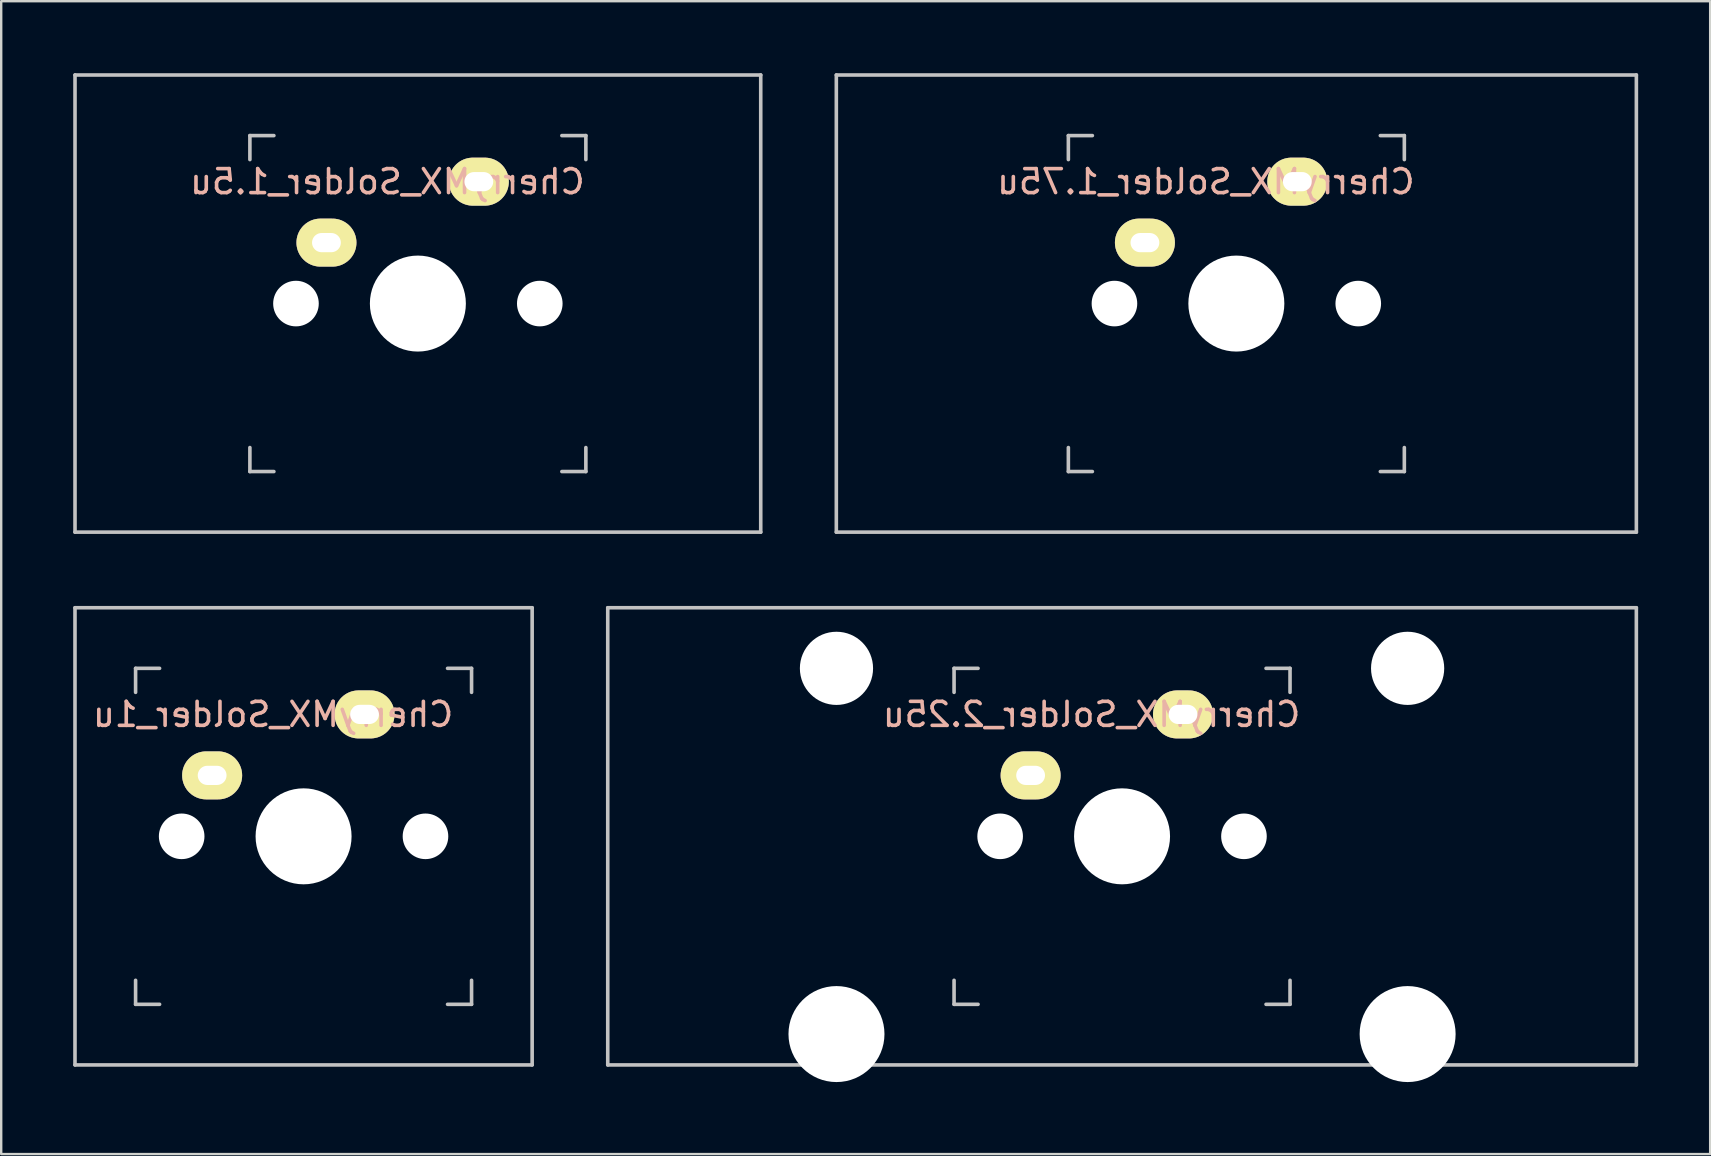
<source format=kicad_pcb>
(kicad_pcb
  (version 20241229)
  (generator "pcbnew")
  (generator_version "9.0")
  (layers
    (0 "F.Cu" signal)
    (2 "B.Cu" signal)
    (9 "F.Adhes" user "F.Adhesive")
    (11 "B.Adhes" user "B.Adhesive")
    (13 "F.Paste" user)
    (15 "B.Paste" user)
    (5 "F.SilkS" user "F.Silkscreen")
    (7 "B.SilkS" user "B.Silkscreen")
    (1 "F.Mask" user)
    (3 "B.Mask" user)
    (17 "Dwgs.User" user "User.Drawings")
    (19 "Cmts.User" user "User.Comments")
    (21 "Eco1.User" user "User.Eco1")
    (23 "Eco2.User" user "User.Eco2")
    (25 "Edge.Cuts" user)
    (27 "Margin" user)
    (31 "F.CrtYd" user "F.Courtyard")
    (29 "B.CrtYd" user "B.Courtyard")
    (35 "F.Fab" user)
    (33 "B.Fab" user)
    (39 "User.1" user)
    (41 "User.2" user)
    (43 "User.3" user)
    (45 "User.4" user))
  (footprint "CherryMX_Solder_1.75u"
    (layer "F.Cu")
    (at 48.469 9.6)
    (property "Reference" "CherryMX_Solder_1.75u" (at -1.27 -5.08 180) (layer "B.SilkS") (effects (font (size 1 1) (thickness 0.15)) (justify mirror)))
    (attr through_hole)
    (fp_line (start -16.669 -9.525) (end 16.669 -9.525) (stroke (width 0.15) (type solid)) (layer "Dwgs.User"))
    (fp_line (start -16.669 9.525) (end -16.669 -9.525) (stroke (width 0.15) (type solid)) (layer "Dwgs.User"))
    (fp_line (start -7 -7) (end -6 -7) (stroke (width 0.15) (type solid)) (layer "Dwgs.User"))
    (fp_line (start -7 -6) (end -7 -7) (stroke (width 0.15) (type solid)) (layer "Dwgs.User"))
    (fp_line (start -7 6) (end -7 7) (stroke (width 0.15) (type solid)) (layer "Dwgs.User"))
    (fp_line (start -6 7) (end -7 7) (stroke (width 0.15) (type solid)) (layer "Dwgs.User"))
    (fp_line (start 6 7) (end 7 7) (stroke (width 0.15) (type solid)) (layer "Dwgs.User"))
    (fp_line (start 7 -7) (end 6 -7) (stroke (width 0.15) (type solid)) (layer "Dwgs.User"))
    (fp_line (start 7 -6) (end 7 -7) (stroke (width 0.15) (type solid)) (layer "Dwgs.User"))
    (fp_line (start 7 7) (end 7 6) (stroke (width 0.15) (type solid)) (layer "Dwgs.User"))
    (fp_line (start 16.669 -9.525) (end 16.669 9.525) (stroke (width 0.15) (type solid)) (layer "Dwgs.User"))
    (fp_line (start 16.669 9.525) (end -16.669 9.525) (stroke (width 0.15) (type solid)) (layer "Dwgs.User"))
    (pad "" np_thru_hole circle (at -5.08 0 90) (size 1.9 1.9) (drill 1.9) (layers "*.Cu" "*.Mask"))
    (pad "" np_thru_hole circle (at 0 0 90) (size 4 4) (drill 4) (layers "*.Cu" "*.Mask"))
    (pad "" np_thru_hole circle (at 5.08 0 90) (size 1.9 1.9) (drill 1.9) (layers "*.Cu" "*.Mask"))
    (pad "1" thru_hole oval (at -3.81 -2.54) (size 2.5 2) (drill oval 1.2 0.8) (layers "*.Cu" "B.Mask" "F.SilkS"))
    (pad "2" thru_hole oval (at 2.54 -5.08) (size 2.5 2) (drill oval 1.2 0.8) (layers "*.Cu" "B.Mask" "F.SilkS")))
  (footprint "CherryMX_Solder_2.25u"
    (layer "F.Cu")
    (at 43.706 31.8)
    (property "Reference" "CherryMX_Solder_2.25u" (at -1.27 -5.08 180) (layer "B.SilkS") (effects (font (size 1 1) (thickness 0.15)) (justify mirror)))
    (attr through_hole)
    (fp_line (start -21.431 -9.525) (end 21.431 -9.525) (stroke (width 0.15) (type solid)) (layer "Dwgs.User"))
    (fp_line (start -21.431 9.525) (end -21.431 -9.525) (stroke (width 0.15) (type solid)) (layer "Dwgs.User"))
    (fp_line (start -7 -7) (end -6 -7) (stroke (width 0.15) (type solid)) (layer "Dwgs.User"))
    (fp_line (start -7 -6) (end -7 -7) (stroke (width 0.15) (type solid)) (layer "Dwgs.User"))
    (fp_line (start -7 6) (end -7 7) (stroke (width 0.15) (type solid)) (layer "Dwgs.User"))
    (fp_line (start -6 7) (end -7 7) (stroke (width 0.15) (type solid)) (layer "Dwgs.User"))
    (fp_line (start 6 7) (end 7 7) (stroke (width 0.15) (type solid)) (layer "Dwgs.User"))
    (fp_line (start 7 -7) (end 6 -7) (stroke (width 0.15) (type solid)) (layer "Dwgs.User"))
    (fp_line (start 7 -6) (end 7 -7) (stroke (width 0.15) (type solid)) (layer "Dwgs.User"))
    (fp_line (start 7 7) (end 7 6) (stroke (width 0.15) (type solid)) (layer "Dwgs.User"))
    (fp_line (start 21.431 -9.525) (end 21.431 9.525) (stroke (width 0.15) (type solid)) (layer "Dwgs.User"))
    (fp_line (start 21.431 9.525) (end -21.431 9.525) (stroke (width 0.15) (type solid)) (layer "Dwgs.User"))
    (pad "" np_thru_hole circle (at -11.9 -7 180) (size 3.05 3.05) (drill 3.05) (layers "*.Cu" "*.Mask"))
    (pad "" np_thru_hole circle (at -11.9 8.24 180) (size 4 4) (drill 4) (layers "*.Cu" "*.Mask"))
    (pad "" np_thru_hole circle (at -5.08 0 90) (size 1.9 1.9) (drill 1.9) (layers "*.Cu" "*.Mask"))
    (pad "" np_thru_hole circle (at 0 0 90) (size 4 4) (drill 4) (layers "*.Cu" "*.Mask"))
    (pad "" np_thru_hole circle (at 5.08 0 90) (size 1.9 1.9) (drill 1.9) (layers "*.Cu" "*.Mask"))
    (pad "" np_thru_hole circle (at 11.9 -7 180) (size 3.05 3.05) (drill 3.05) (layers "*.Cu" "*.Mask"))
    (pad "" np_thru_hole circle (at 11.9 8.24 180) (size 4 4) (drill 4) (layers "*.Cu" "*.Mask"))
    (pad "1" thru_hole oval (at -3.81 -2.54) (size 2.5 2) (drill oval 1.2 0.8) (layers "*.Cu" "B.Mask" "F.SilkS"))
    (pad "2" thru_hole oval (at 2.54 -5.08) (size 2.5 2) (drill oval 1.2 0.8) (layers "*.Cu" "B.Mask" "F.SilkS")))
  (footprint "CherryMX_Solder_1u"
    (layer "F.Cu")
    (at 9.6 31.8)
    (property "Reference" "CherryMX_Solder_1u" (at -1.27 -5.08 180) (layer "B.SilkS") (effects (font (size 1 1) (thickness 0.15)) (justify mirror)))
    (attr through_hole)
    (fp_line (start -9.525 -9.525) (end 9.525 -9.525) (stroke (width 0.15) (type solid)) (layer "Dwgs.User"))
    (fp_line (start -9.525 9.525) (end -9.525 -9.525) (stroke (width 0.15) (type solid)) (layer "Dwgs.User"))
    (fp_line (start -7 -7) (end -6 -7) (stroke (width 0.15) (type solid)) (layer "Dwgs.User"))
    (fp_line (start -7 -6) (end -7 -7) (stroke (width 0.15) (type solid)) (layer "Dwgs.User"))
    (fp_line (start -7 6) (end -7 7) (stroke (width 0.15) (type solid)) (layer "Dwgs.User"))
    (fp_line (start -6 7) (end -7 7) (stroke (width 0.15) (type solid)) (layer "Dwgs.User"))
    (fp_line (start 6 7) (end 7 7) (stroke (width 0.15) (type solid)) (layer "Dwgs.User"))
    (fp_line (start 7 -7) (end 6 -7) (stroke (width 0.15) (type solid)) (layer "Dwgs.User"))
    (fp_line (start 7 -6) (end 7 -7) (stroke (width 0.15) (type solid)) (layer "Dwgs.User"))
    (fp_line (start 7 7) (end 7 6) (stroke (width 0.15) (type solid)) (layer "Dwgs.User"))
    (fp_line (start 9.525 -9.525) (end 9.525 9.525) (stroke (width 0.15) (type solid)) (layer "Dwgs.User"))
    (fp_line (start 9.525 9.525) (end -9.525 9.525) (stroke (width 0.15) (type solid)) (layer "Dwgs.User"))
    (pad "" np_thru_hole circle (at -5.08 0 90) (size 1.9 1.9) (drill 1.9) (layers "*.Cu" "*.Mask"))
    (pad "" np_thru_hole circle (at 0 0 90) (size 4 4) (drill 4) (layers "*.Cu" "*.Mask"))
    (pad "" np_thru_hole circle (at 5.08 0 90) (size 1.9 1.9) (drill 1.9) (layers "*.Cu" "*.Mask"))
    (pad "1" thru_hole oval (at -3.81 -2.54) (size 2.5 2) (drill oval 1.2 0.8) (layers "*.Cu" "B.Mask" "F.SilkS"))
    (pad "2" thru_hole oval (at 2.54 -5.08) (size 2.5 2) (drill oval 1.2 0.8) (layers "*.Cu" "B.Mask" "F.SilkS")))
  (footprint "CherryMX_Solder_1.5u"
    (layer "F.Cu")
    (at 14.363 9.6)
    (property "Reference" "CherryMX_Solder_1.5u" (at -1.27 -5.08 180) (layer "B.SilkS") (effects (font (size 1 1) (thickness 0.15)) (justify mirror)))
    (attr through_hole)
    (fp_line (start -14.287 -9.525) (end 14.287 -9.525) (stroke (width 0.15) (type solid)) (layer "Dwgs.User"))
    (fp_line (start -14.287 9.525) (end -14.287 -9.525) (stroke (width 0.15) (type solid)) (layer "Dwgs.User"))
    (fp_line (start -7 -7) (end -6 -7) (stroke (width 0.15) (type solid)) (layer "Dwgs.User"))
    (fp_line (start -7 -6) (end -7 -7) (stroke (width 0.15) (type solid)) (layer "Dwgs.User"))
    (fp_line (start -7 6) (end -7 7) (stroke (width 0.15) (type solid)) (layer "Dwgs.User"))
    (fp_line (start -6 7) (end -7 7) (stroke (width 0.15) (type solid)) (layer "Dwgs.User"))
    (fp_line (start 6 7) (end 7 7) (stroke (width 0.15) (type solid)) (layer "Dwgs.User"))
    (fp_line (start 7 -7) (end 6 -7) (stroke (width 0.15) (type solid)) (layer "Dwgs.User"))
    (fp_line (start 7 -6) (end 7 -7) (stroke (width 0.15) (type solid)) (layer "Dwgs.User"))
    (fp_line (start 7 7) (end 7 6) (stroke (width 0.15) (type solid)) (layer "Dwgs.User"))
    (fp_line (start 14.287 -9.525) (end 14.287 9.525) (stroke (width 0.15) (type solid)) (layer "Dwgs.User"))
    (fp_line (start 14.287 9.525) (end -14.287 9.525) (stroke (width 0.15) (type solid)) (layer "Dwgs.User"))
    (pad "" np_thru_hole circle (at -5.08 0 90) (size 1.9 1.9) (drill 1.9) (layers "*.Cu" "*.Mask"))
    (pad "" np_thru_hole circle (at 0 0 90) (size 4 4) (drill 4) (layers "*.Cu" "*.Mask"))
    (pad "" np_thru_hole circle (at 5.08 0 90) (size 1.9 1.9) (drill 1.9) (layers "*.Cu" "*.Mask"))
    (pad "1" thru_hole oval (at -3.81 -2.54) (size 2.5 2) (drill oval 1.2 0.8) (layers "*.Cu" "B.Mask" "F.SilkS"))
    (pad "2" thru_hole oval (at 2.54 -5.08) (size 2.5 2) (drill oval 1.2 0.8) (layers "*.Cu" "B.Mask" "F.SilkS")))
  (gr_rect
    (start -3 -3)
    (end 68.213 45.04)
    (stroke (width 0.1) (type default))
    (fill no)
    (layer "Edge.Cuts")))
</source>
